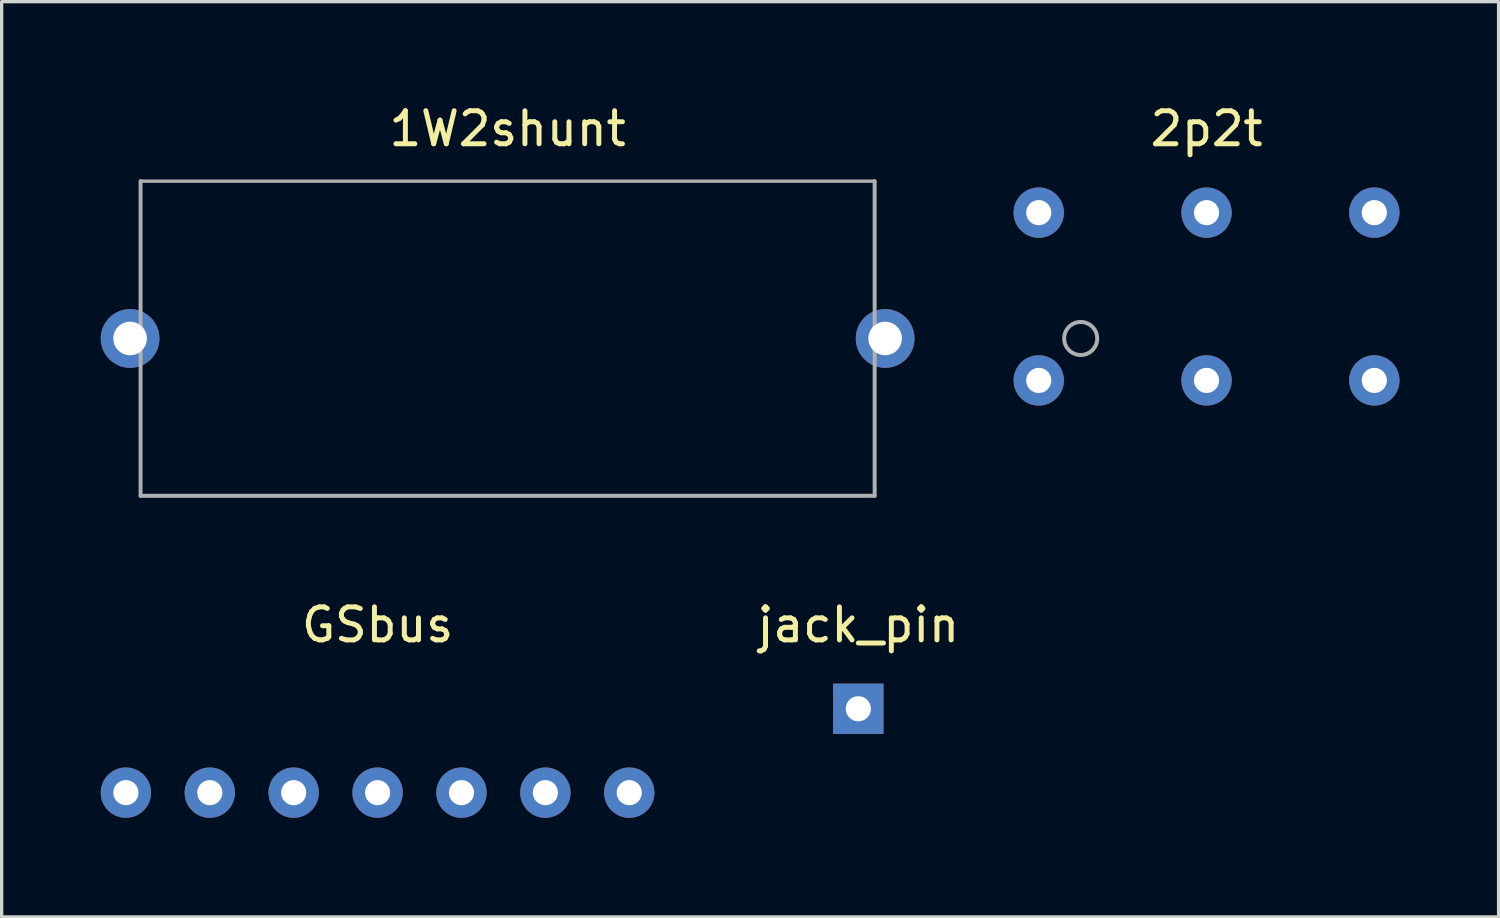
<source format=kicad_pcb>
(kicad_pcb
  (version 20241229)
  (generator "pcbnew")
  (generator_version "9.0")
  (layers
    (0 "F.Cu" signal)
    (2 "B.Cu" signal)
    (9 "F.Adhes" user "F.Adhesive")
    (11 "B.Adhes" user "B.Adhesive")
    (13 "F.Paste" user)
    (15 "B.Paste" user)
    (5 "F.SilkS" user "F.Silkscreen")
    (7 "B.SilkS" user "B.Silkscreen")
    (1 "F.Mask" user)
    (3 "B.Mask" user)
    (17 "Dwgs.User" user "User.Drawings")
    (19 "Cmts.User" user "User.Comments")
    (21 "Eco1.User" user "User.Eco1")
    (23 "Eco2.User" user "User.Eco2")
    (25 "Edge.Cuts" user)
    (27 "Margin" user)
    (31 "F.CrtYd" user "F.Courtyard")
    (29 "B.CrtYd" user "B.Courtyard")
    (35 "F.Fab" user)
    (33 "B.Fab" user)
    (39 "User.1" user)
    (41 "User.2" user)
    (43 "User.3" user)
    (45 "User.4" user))
  (footprint "2p2t"
    (layer "F.Cu")
    (at 33.48 5.928)
    (property "Reference" "2p2t" (at 0 -5.08 0) (layer "F.SilkS") (effects (font (size 1 1) (thickness 0.15))))
    (attr through_hole)
    (fp_circle (center -3.81 1.27) (end -3.31 1.27) (stroke (width 0.12) (type solid)) (fill no) (layer "F.Fab"))
    (pad "1" thru_hole circle (at -5.08 2.54) (size 1.524 1.524) (drill 0.762) (layers "*.Cu" "*.Mask"))
    (pad "2" thru_hole circle (at 0 2.54) (size 1.524 1.524) (drill 0.762) (layers "*.Cu" "*.Mask"))
    (pad "3" thru_hole circle (at 5.08 2.54) (size 1.524 1.524) (drill 0.762) (layers "*.Cu" "*.Mask"))
    (pad "4" thru_hole circle (at 5.08 -2.54) (size 1.524 1.524) (drill 0.762) (layers "*.Cu" "*.Mask"))
    (pad "5" thru_hole circle (at 0 -2.54) (size 1.524 1.524) (drill 0.762) (layers "*.Cu" "*.Mask"))
    (pad "6" thru_hole circle (at -5.08 -2.54) (size 1.524 1.524) (drill 0.762) (layers "*.Cu" "*.Mask")))
  (footprint "jack_pin"
    (layer "F.Cu")
    (at 22.937 18.409)
    (property "Reference" "jack_pin" (at 0 -2.54 0) (layer "F.SilkS") (effects (font (size 1 1) (thickness 0.15))))
    (attr through_hole)
    (pad "1" thru_hole rect (at 0 0) (size 1.524 1.524) (drill 0.762) (layers "*.Cu" "*.Mask")))
  (footprint "1W2shunt"
    (layer "F.Cu")
    (at 12.319 7.198)
    (property "Reference" "1W2shunt" (at 0 -6.35 0) (layer "F.SilkS") (effects (font (size 1 1) (thickness 0.15))))
    (attr through_hole)
    (fp_line (start -11.113 -4.763) (end -11.113 4.763) (stroke (width 0.12) (type solid)) (layer "F.Fab"))
    (fp_line (start -11.113 -4.763) (end 11.113 -4.763) (stroke (width 0.102) (type solid)) (layer "F.Fab"))
    (fp_line (start -11.113 4.763) (end 11.113 4.763) (stroke (width 0.12) (type solid)) (layer "F.Fab"))
    (fp_line (start 11.113 -4.763) (end 11.113 4.763) (stroke (width 0.12) (type solid)) (layer "F.Fab"))
    (pad "1" thru_hole circle (at -11.43 0) (size 1.778 1.778) (drill 1.016) (layers "*.Cu" "*.Mask"))
    (pad "2" thru_hole circle (at 11.43 0) (size 1.778 1.778) (drill 1.016) (layers "*.Cu" "*.Mask")))
  (footprint "GSbus"
    (layer "F.Cu")
    (at 8.382 20.949)
    (property "Reference" "GSbus" (at 0 -5.08 0) (layer "F.SilkS") (effects (font (size 1 1) (thickness 0.15))))
    (attr through_hole)
    (pad "1" thru_hole circle (at -7.62 0) (size 1.524 1.524) (drill 0.762) (layers "*.Cu" "*.Mask"))
    (pad "2" thru_hole circle (at -5.08 0) (size 1.524 1.524) (drill 0.762) (layers "*.Cu" "*.Mask"))
    (pad "3" thru_hole circle (at -2.54 0) (size 1.524 1.524) (drill 0.762) (layers "*.Cu" "*.Mask"))
    (pad "4" thru_hole circle (at 0 0) (size 1.524 1.524) (drill 0.762) (layers "*.Cu" "*.Mask"))
    (pad "5" thru_hole circle (at 2.54 0) (size 1.524 1.524) (drill 0.762) (layers "*.Cu" "*.Mask"))
    (pad "6" thru_hole circle (at 5.08 0) (size 1.524 1.524) (drill 0.762) (layers "*.Cu" "*.Mask"))
    (pad "14" thru_hole circle (at 7.62 0) (size 1.524 1.524) (drill 0.762) (layers "*.Cu" "*.Mask")))
  (gr_rect
    (start -3 -3)
    (end 42.322 24.711)
    (stroke (width 0.1) (type default))
    (fill no)
    (layer "Edge.Cuts")))
</source>
